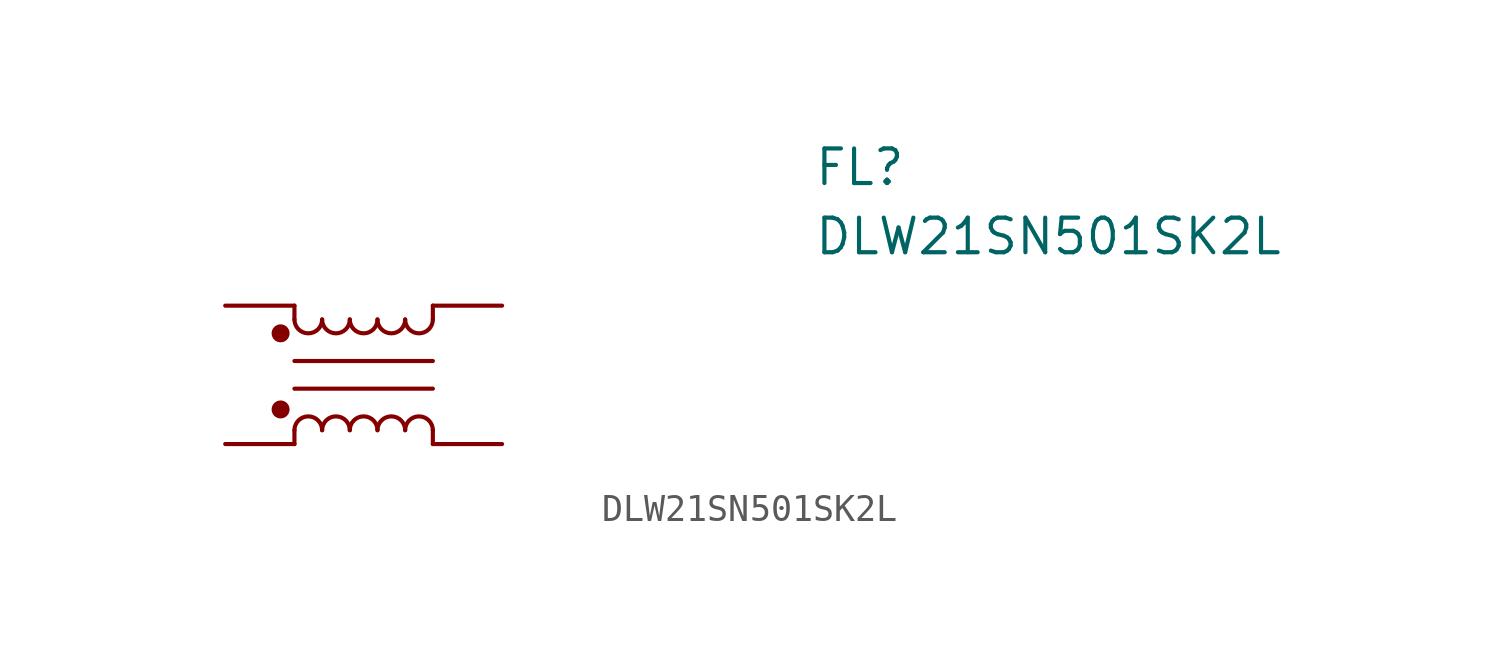
<source format=kicad_sym>
(kicad_symbol_lib
  (version 20220914)
  (generator kicad_symbol_editor)
  (symbol "DLW21SN501SK2L"
    (pin_numbers hide)
    (pin_names
      (offset 0.762) hide)
    (property "Reference" "FL"
      (at 16.51 7.62 0)
      (effects (font (size 1.27 1.27)) (justify left)))
    (property "Value" "DLW21SN501SK2L"
      (at 16.51 5.08 0)
      (effects (font (size 1.27 1.27)) (justify left)))
    (symbol "DLW21SN501SK2L_0_1"
      (circle (center -3.048 -1.27) (radius 0.254) (stroke (width 0) (type default)) (fill (type outline)))
      (circle (center -3.048 1.524) (radius 0.254) (stroke (width 0) (type default)) (fill (type outline)))
      (arc (start -2.54 2.032) (mid -2.032 1.5262) (end -1.524 2.032) (stroke (width 0) (type default)) (fill (type none)))
      (arc (start -1.524 -2.032) (mid -2.032 -1.5262) (end -2.54 -2.032) (stroke (width 0) (type default)) (fill (type none)))
      (arc (start -1.524 2.032) (mid -1.016 1.5262) (end -0.508 2.032) (stroke (width 0) (type default)) (fill (type none)))
      (arc (start -0.508 -2.032) (mid -1.016 -1.5262) (end -1.524 -2.032) (stroke (width 0) (type default)) (fill (type none)))
      (arc (start -0.508 2.032) (mid 0 1.5262) (end 0.508 2.032) (stroke (width 0) (type default)) (fill (type none)))
      (polyline (pts (xy -2.54 -2.032) (xy -2.54 -2.54)) (stroke (width 0) (type default)) (fill (type none)))
      (polyline (pts (xy -2.54 0.508) (xy 2.54 0.508)) (stroke (width 0) (type default)) (fill (type none)))
      (polyline (pts (xy -2.54 2.032) (xy -2.54 2.54)) (stroke (width 0) (type default)) (fill (type none)))
      (polyline (pts (xy 2.54 -2.032) (xy 2.54 -2.54)) (stroke (width 0) (type default)) (fill (type none)))
      (polyline (pts (xy 2.54 -0.508) (xy -2.54 -0.508)) (stroke (width 0) (type default)) (fill (type none)))
      (polyline (pts (xy 2.54 2.54) (xy 2.54 2.032)) (stroke (width 0) (type default)) (fill (type none)))
      (arc (start 0.508 -2.032) (mid 0 -1.5262) (end -0.508 -2.032) (stroke (width 0) (type default)) (fill (type none)))
      (arc (start 0.508 2.032) (mid 1.016 1.5262) (end 1.524 2.032) (stroke (width 0) (type default)) (fill (type none)))
      (arc (start 1.524 -2.032) (mid 1.016 -1.5262) (end 0.508 -2.032) (stroke (width 0) (type default)) (fill (type none)))
      (arc (start 1.524 2.032) (mid 2.032 1.5262) (end 2.54 2.032) (stroke (width 0) (type default)) (fill (type none)))
      (arc (start 2.54 -2.032) (mid 2.032 -1.5262) (end 1.524 -2.032) (stroke (width 0) (type default)) (fill (type none))))
    (symbol "DLW21SN501SK2L_1_1"
      (pin passive line (at -5.08 -2.54 0) (length 2.54) (name "1" (effects (font (size 1.27 1.27)))) (number "1" (effects (font (size 1.27 1.27)))))
      (pin passive line (at 5.08 -2.54 180) (length 2.54) (name "2" (effects (font (size 1.27 1.27)))) (number "2" (effects (font (size 1.27 1.27)))))
      (pin passive line (at 5.08 2.54 180) (length 2.54) (name "3" (effects (font (size 1.27 1.27)))) (number "3" (effects (font (size 1.27 1.27)))))
      (pin passive line (at -5.08 2.54 0) (length 2.54) (name "4" (effects (font (size 1.27 1.27)))) (number "4" (effects (font (size 1.27 1.27))))))))
</source>
